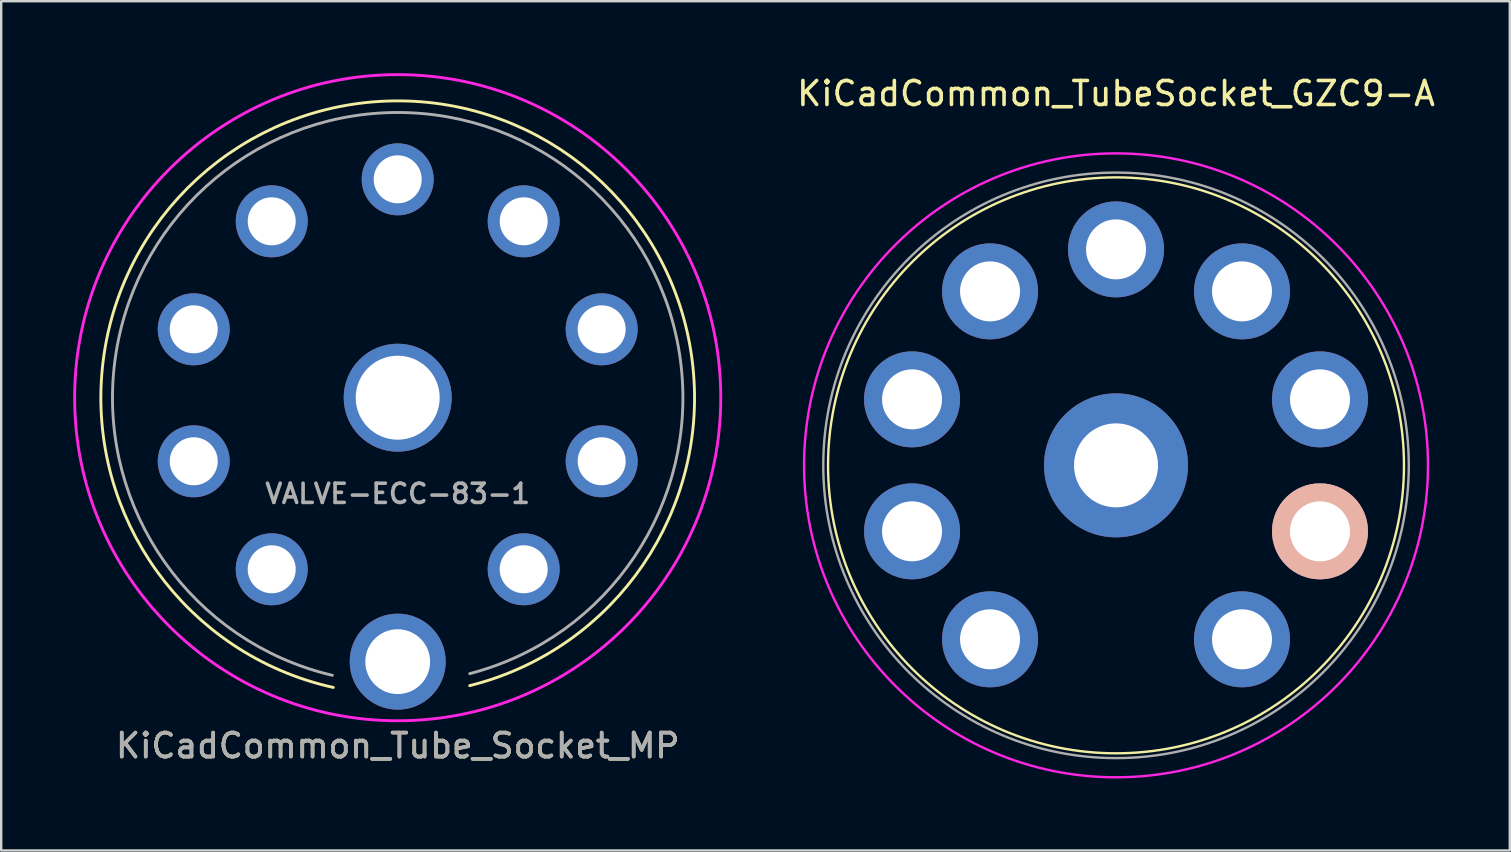
<source format=kicad_pcb>
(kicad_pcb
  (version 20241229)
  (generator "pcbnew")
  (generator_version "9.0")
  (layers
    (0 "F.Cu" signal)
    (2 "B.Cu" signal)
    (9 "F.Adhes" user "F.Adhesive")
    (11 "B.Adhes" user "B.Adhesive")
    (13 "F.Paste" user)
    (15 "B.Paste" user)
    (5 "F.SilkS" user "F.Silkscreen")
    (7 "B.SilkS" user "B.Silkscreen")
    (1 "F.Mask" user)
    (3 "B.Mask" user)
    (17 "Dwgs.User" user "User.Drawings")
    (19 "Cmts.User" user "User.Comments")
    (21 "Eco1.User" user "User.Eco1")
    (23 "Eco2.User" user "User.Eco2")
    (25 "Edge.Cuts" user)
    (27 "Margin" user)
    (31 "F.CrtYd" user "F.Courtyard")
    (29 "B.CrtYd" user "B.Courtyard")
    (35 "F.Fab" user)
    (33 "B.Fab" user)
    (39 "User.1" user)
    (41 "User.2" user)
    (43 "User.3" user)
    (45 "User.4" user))
  (footprint "KiCadCommon_Tube_Socket_MP"
    (layer "F.Cu")
    (at 13.523 13.523)
    (property "Reference" "KiCadCommon_Tube_Socket_MP" (at 0 14.5 0) (layer "F.SilkS") (effects (font (size 1 1) (thickness 0.15))))
    (attr through_hole)
    (fp_arc (start -2.683282 12.074766) (mid -0.162711 -12.368246) (end 2.999999 11.999999) (stroke (width 0.12) (type solid)) (layer "F.SilkS"))
    (fp_circle (center 0 0) (end 13 3.5) (stroke (width 0.12) (type solid)) (fill no) (layer "F.CrtYd"))
    (fp_arc (start -2.722102 11.56893) (mid -0.143159 -11.884001) (end 2.999999 11.499999) (stroke (width 0.12) (type solid)) (layer "F.Fab"))
    (fp_text user "VALVE-ECC-83-1" (at 0 4 0) (layer "F.Fab") (effects (font (size 0.8 0.8) (thickness 0.15))))
    (fp_text user "${REFERENCE}" (at 0 14.5 0) (layer "F.Fab") (effects (font (size 1 1) (thickness 0.15))))
    (pad "1" thru_hole circle (at 5.25 7.15) (size 3 3) (drill 2) (layers "*.Cu" "*.Mask"))
    (pad "2" thru_hole circle (at 8.5 2.65) (size 3 3) (drill 2) (layers "*.Cu" "*.Mask"))
    (pad "3" thru_hole circle (at 8.5 -2.85) (size 3 3) (drill 2) (layers "*.Cu" "*.Mask"))
    (pad "4" thru_hole circle (at 5.25 -7.35) (size 3 3) (drill 2) (layers "*.Cu" "*.Mask"))
    (pad "5" thru_hole circle (at 0 -9.1) (size 3 3) (drill 2) (layers "*.Cu" "*.Mask"))
    (pad "6" thru_hole circle (at -5.25 -7.35) (size 3 3) (drill 2) (layers "*.Cu" "*.Mask"))
    (pad "7" thru_hole circle (at -8.5 -2.85) (size 3 3) (drill 2) (layers "*.Cu" "*.Mask"))
    (pad "8" thru_hole circle (at -8.5 2.65) (size 3 3) (drill 2) (layers "*.Cu" "*.Mask"))
    (pad "9" thru_hole circle (at -5.25 7.15) (size 3 3) (drill 2) (layers "*.Cu" "*.Mask"))
    (pad "10" thru_hole circle (at 0 11) (size 4 4) (drill 2.7) (layers "*.Cu" "*.Mask"))
    (pad "11" thru_hole circle (at 0 0) (size 4.5 4.5) (drill 3.5) (layers "*.Cu" "*.Mask")))
  (footprint "KiCadCommon_TubeSocket_GZC9-A"
    (layer "F.Cu")
    (at 43.457 16.342)
    (property "Reference" "KiCadCommon_TubeSocket_GZC9-A" (at 0 -15.494 0) (layer "F.SilkS") (effects (font (size 1 1) (thickness 0.15))))
    (attr through_hole)
    (fp_circle (center 0 0) (end 12 0) (stroke (width 0.1) (type solid)) (fill no) (layer "F.SilkS"))
    (fp_circle (center 0 0) (end 13 0) (stroke (width 0.1) (type solid)) (fill no) (layer "F.CrtYd"))
    (fp_circle (center 0 0) (end 12.2 0) (stroke (width 0.1) (type solid)) (fill no) (layer "F.Fab"))
    (pad "1" thru_hole circle (at 5.25 7.25) (size 4 4) (drill 2.5) (layers "*.Cu" "*.Mask"))
    (pad "2" thru_hole circle (at 8.5 2.75) (size 4 4) (drill 2.5) (layers "*.Cu" "*.Mask" "B.SilkS"))
    (pad "3" thru_hole circle (at 8.5 -2.75) (size 4 4) (drill 2.5) (layers "*.Cu" "*.Mask"))
    (pad "4" thru_hole circle (at 5.25 -7.25) (size 4 4) (drill 2.5) (layers "*.Cu" "*.Mask"))
    (pad "5" thru_hole circle (at 0 -9) (size 4 4) (drill 2.5) (layers "*.Cu" "*.Mask"))
    (pad "6" thru_hole circle (at -5.25 -7.25) (size 4 4) (drill 2.5) (layers "*.Cu" "*.Mask"))
    (pad "7" thru_hole circle (at -8.5 -2.75) (size 4 4) (drill 2.5) (layers "*.Cu" "*.Mask"))
    (pad "8" thru_hole circle (at -8.5 2.75) (size 4 4) (drill 2.5) (layers "*.Cu" "*.Mask"))
    (pad "9" thru_hole circle (at -5.25 7.25) (size 4 4) (drill 2.5) (layers "*.Cu" "*.Mask"))
    (pad "10" thru_hole circle (at 0 0) (size 6 6) (drill 3.5) (layers "*.Cu" "*.Mask")))
  (gr_rect
    (start -3 -3)
    (end 59.867 32.392)
    (stroke (width 0.1) (type default))
    (fill no)
    (layer "Edge.Cuts")))
</source>
